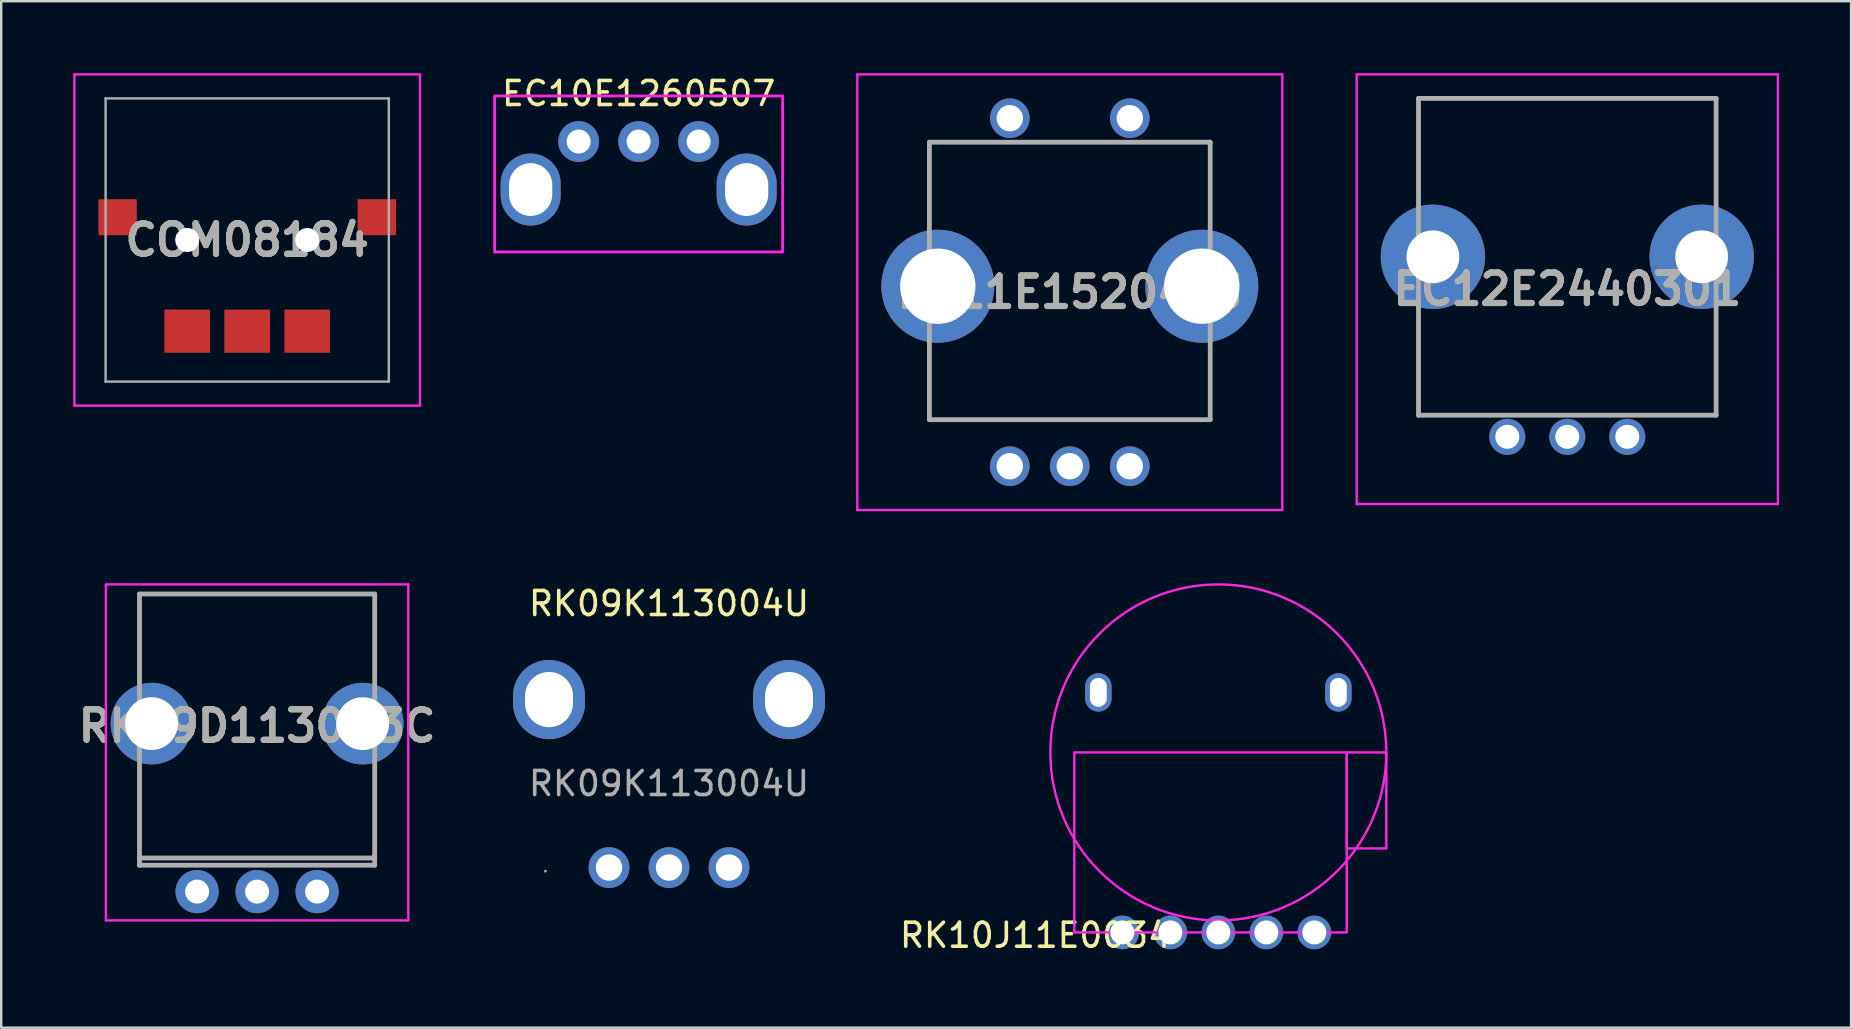
<source format=kicad_pcb>
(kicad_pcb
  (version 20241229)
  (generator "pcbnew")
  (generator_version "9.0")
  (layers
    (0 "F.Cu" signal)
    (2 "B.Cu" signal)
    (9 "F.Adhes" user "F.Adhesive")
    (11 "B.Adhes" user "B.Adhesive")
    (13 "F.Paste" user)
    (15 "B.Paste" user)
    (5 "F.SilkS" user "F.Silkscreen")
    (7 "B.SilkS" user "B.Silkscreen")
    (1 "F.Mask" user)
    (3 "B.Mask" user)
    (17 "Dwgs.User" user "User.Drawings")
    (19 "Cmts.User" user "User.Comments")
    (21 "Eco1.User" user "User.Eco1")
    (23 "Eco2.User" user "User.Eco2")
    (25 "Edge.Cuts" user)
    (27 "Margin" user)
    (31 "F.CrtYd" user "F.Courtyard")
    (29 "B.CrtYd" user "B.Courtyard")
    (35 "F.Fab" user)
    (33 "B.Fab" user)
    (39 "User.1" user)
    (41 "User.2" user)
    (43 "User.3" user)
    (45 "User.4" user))
  (footprint "RK10J11E0034"
    (layer "F.Cu")
    (at 47.713 28.3)
    (property "Reference" "RK10J11E0034" (at -7.62 7.62 0) (unlocked yes) (layer "F.SilkS") (effects (font (size 1 1) (thickness 0.15))))
    (attr through_hole)
    (fp_rect (start -6 0) (end 5.35 7.5) (stroke (width 0.1) (type default)) (fill no) (layer "F.CrtYd"))
    (fp_rect (start 5.35 0) (end 7 4) (stroke (width 0.1) (type default)) (fill no) (layer "F.CrtYd"))
    (fp_circle (center 0 0) (end 7 0) (stroke (width 0.1) (type default)) (fill no) (layer "F.CrtYd"))
    (pad "" thru_hole oval (at -5 -2.5) (size 1.1 1.6) (drill oval 0.7 1.2) (layers "*.Cu" "*.Mask"))
    (pad "" thru_hole circle (at -2 7.5) (size 1.4 1.4) (drill 1) (layers "*.Cu" "*.Mask"))
    (pad "" thru_hole circle (at 2 7.5) (size 1.4 1.4) (drill 1) (layers "*.Cu" "*.Mask"))
    (pad "" thru_hole oval (at 5 -2.5) (size 1.1 1.6) (drill oval 0.7 1.2) (layers "*.Cu" "*.Mask"))
    (pad "1" thru_hole circle (at -4 7.5) (size 1.4 1.4) (drill 1) (layers "*.Cu" "*.Mask"))
    (pad "2" thru_hole circle (at 0 7.5) (size 1.4 1.4) (drill 1) (layers "*.Cu" "*.Mask"))
    (pad "3" thru_hole circle (at 4 7.5) (size 1.4 1.4) (drill 1) (layers "*.Cu" "*.Mask")))
  (footprint "RK09K113004U"
    (layer "F.Cu")
    (at 24.825 29.598)
    (property "Reference" "RK09K113004U" (at 0 -7.5 0) (layer "F.SilkS") (effects (font (size 1 1) (thickness 0.15))))
    (attr through_hole)
    (fp_circle (center -5.15 3.65) (end -5.12 3.65) (stroke (width 0.06) (type solid)) (fill no) (layer "F.Fab"))
    (fp_text user "${REFERENCE}" (at 0 0 0) (layer "F.Fab") (effects (font (size 1 1) (thickness 0.15))))
    (pad "1" thru_hole circle (at -2.5 3.5) (size 1.7 1.7) (drill 1.1) (layers "*.Cu" "*.Mask"))
    (pad "2" thru_hole circle (at 0 3.5) (size 1.7 1.7) (drill 1.1) (layers "*.Cu" "*.Mask"))
    (pad "3" thru_hole circle (at 2.5 3.5) (size 1.7 1.7) (drill 1.1) (layers "*.Cu" "*.Mask"))
    (pad "4" thru_hole oval (at 5 -3.5) (size 3 3.3) (drill oval 2 2.3) (layers "*.Cu" "*.Mask"))
    (pad "5" thru_hole oval (at -5 -3.5) (size 3 3.3) (drill oval 2 2.3) (layers "*.Cu" "*.Mask")))
  (footprint "EC12E2440301"
    (layer "F.Cu")
    (at 59.753 15.15)
    (property "Reference" "EC12E2440301" (at 2.5 -6.15 0) (layer "F.SilkS") (effects (font (size 1.27 1.27) (thickness 0.254))))
    (attr through_hole)
    (fp_line (start 8.7 -4.75) (end 8.7 -4.75) (stroke (width 0.1) (type solid)) (layer "F.SilkS"))
    (fp_line (start -6.275 -15.1) (end 11.275 -15.1) (stroke (width 0.1) (type solid)) (layer "F.CrtYd"))
    (fp_line (start -6.275 2.8) (end -6.275 -15.1) (stroke (width 0.1) (type solid)) (layer "F.CrtYd"))
    (fp_line (start 11.275 -15.1) (end 11.275 2.8) (stroke (width 0.1) (type solid)) (layer "F.CrtYd"))
    (fp_line (start 11.275 2.8) (end -6.275 2.8) (stroke (width 0.1) (type solid)) (layer "F.CrtYd"))
    (fp_line (start -3.7 -14.1) (end -3.7 -0.9) (stroke (width 0.2) (type solid)) (layer "F.Fab"))
    (fp_line (start -3.7 -0.9) (end 8.7 -0.9) (stroke (width 0.2) (type solid)) (layer "F.Fab"))
    (fp_line (start 8.7 -14.1) (end -3.7 -14.1) (stroke (width 0.2) (type solid)) (layer "F.Fab"))
    (fp_line (start 8.7 -0.9) (end 8.7 -14.1) (stroke (width 0.2) (type solid)) (layer "F.Fab"))
    (fp_text user "${REFERENCE}" (at 2.5 -6.15 0) (layer "F.Fab") (effects (font (size 1.27 1.27) (thickness 0.254))))
    (pad "A1" thru_hole circle (at 0 0) (size 1.5 1.5) (drill 1) (layers "*.Cu" "*.Mask"))
    (pad "B1" thru_hole circle (at 5 0) (size 1.5 1.5) (drill 1) (layers "*.Cu" "*.Mask"))
    (pad "C1" thru_hole circle (at 2.5 0) (size 1.5 1.5) (drill 1) (layers "*.Cu" "*.Mask"))
    (pad "MH1" thru_hole circle (at -3.1 -7.5) (size 4.35 4.35) (drill 2.2) (layers "*.Cu" "*.Mask"))
    (pad "MH2" thru_hole circle (at 8.1 -7.5) (size 4.35 4.35) (drill 2.2) (layers "*.Cu" "*.Mask")))
  (footprint "RK09D1130C3C"
    (layer "F.Cu")
    (at 5.162 34.1)
    (property "Reference" "RK09D1130C3C" (at 2.5 -6.9 0) (layer "F.SilkS") (effects (font (size 1.27 1.27) (thickness 0.254))))
    (attr through_hole)
    (fp_line (start -3.8 -12.8) (end 8.8 -12.8) (stroke (width 0.1) (type solid)) (layer "F.CrtYd"))
    (fp_line (start -3.8 1.2) (end -3.8 -12.8) (stroke (width 0.1) (type solid)) (layer "F.CrtYd"))
    (fp_line (start 8.8 -12.8) (end 8.8 1.2) (stroke (width 0.1) (type solid)) (layer "F.CrtYd"))
    (fp_line (start 8.8 1.2) (end -3.8 1.2) (stroke (width 0.1) (type solid)) (layer "F.CrtYd"))
    (fp_line (start -2.4 -12.4) (end 7.4 -12.4) (stroke (width 0.2) (type solid)) (layer "F.Fab"))
    (fp_line (start -2.4 -1.4) (end -2.4 -12.4) (stroke (width 0.2) (type solid)) (layer "F.Fab"))
    (fp_line (start -2.4 -1.4) (end -2.4 -1.1) (stroke (width 0.2) (type solid)) (layer "F.Fab"))
    (fp_line (start -2.4 -1.1) (end 7.4 -1.1) (stroke (width 0.2) (type solid)) (layer "F.Fab"))
    (fp_line (start 7.4 -12.4) (end 7.4 -1.4) (stroke (width 0.2) (type solid)) (layer "F.Fab"))
    (fp_line (start 7.4 -1.4) (end -2.4 -1.4) (stroke (width 0.2) (type solid)) (layer "F.Fab"))
    (fp_line (start 7.4 -1.1) (end 7.4 -1.5) (stroke (width 0.2) (type solid)) (layer "F.Fab"))
    (fp_text user "${REFERENCE}" (at 2.5 -6.9 0) (layer "F.Fab") (effects (font (size 1.27 1.27) (thickness 0.254))))
    (pad "1" thru_hole circle (at 0 0) (size 1.8 1.8) (drill 1) (layers "*.Cu" "*.Mask"))
    (pad "2" thru_hole circle (at 2.5 0) (size 1.8 1.8) (drill 1) (layers "*.Cu" "*.Mask"))
    (pad "3" thru_hole circle (at 5 0) (size 1.8 1.8) (drill 1) (layers "*.Cu" "*.Mask"))
    (pad "4" thru_hole circle (at -1.9 -7) (size 3.4 3.4) (drill 2.2) (layers "*.Cu" "*.Mask"))
    (pad "5" thru_hole circle (at 6.9 -7) (size 3.4 3.4) (drill 2.2) (layers "*.Cu" "*.Mask")))
  (footprint "COM08184"
    (layer "F.Cu")
    (at 7.25 6.95)
    (property "Reference" "COM08184" (at 0 0 0) (layer "F.SilkS") (effects (font (size 1.27 1.27) (thickness 0.254))))
    (attr through_hole)
    (fp_line (start -7.2 -6.9) (end 7.2 -6.9) (stroke (width 0.1) (type solid)) (layer "F.CrtYd"))
    (fp_line (start -7.2 6.9) (end -7.2 -6.9) (stroke (width 0.1) (type solid)) (layer "F.CrtYd"))
    (fp_line (start 7.2 -6.9) (end 7.2 6.9) (stroke (width 0.1) (type solid)) (layer "F.CrtYd"))
    (fp_line (start 7.2 6.9) (end -7.2 6.9) (stroke (width 0.1) (type solid)) (layer "F.CrtYd"))
    (fp_line (start -5.9 -5.9) (end -5.9 5.9) (stroke (width 0.1) (type solid)) (layer "F.Fab"))
    (fp_line (start -5.9 5.9) (end 5.9 5.9) (stroke (width 0.1) (type solid)) (layer "F.Fab"))
    (fp_line (start 5.9 -5.9) (end -5.9 -5.9) (stroke (width 0.1) (type solid)) (layer "F.Fab"))
    (fp_line (start 5.9 5.9) (end 5.9 -5.9) (stroke (width 0.1) (type solid)) (layer "F.Fab"))
    (fp_text user "${REFERENCE}" (at 0 0 0) (layer "F.Fab") (effects (font (size 1.27 1.27) (thickness 0.254))))
    (pad "" np_thru_hole circle (at -2.5 0) (size 1 1) (drill 1) (layers "*.Cu" "*.Mask"))
    (pad "" np_thru_hole circle (at 2.5 0) (size 1 1) (drill 1) (layers "*.Cu" "*.Mask"))
    (pad "1" smd rect (at -2.5 3.8 90) (size 1.8 1.9) (layers "F.Cu" "F.Mask" "F.Paste"))
    (pad "2" smd rect (at 2.5 3.8 90) (size 1.8 1.9) (layers "F.Cu" "F.Mask" "F.Paste"))
    (pad "MP1" smd rect (at -5.4 -0.95 90) (size 1.5 1.6) (layers "F.Cu" "F.Mask" "F.Paste"))
    (pad "MP2" smd rect (at 5.4 -0.95 90) (size 1.5 1.6) (layers "F.Cu" "F.Mask" "F.Paste"))
    (pad "T1" smd rect (at 0 3.8 90) (size 1.8 1.9) (layers "F.Cu" "F.Mask" "F.Paste")))
  (footprint "EC10E1260507"
    (layer "F.Cu")
    (at 23.56 4.848)
    (property "Reference" "EC10E1260507" (at 0 -4 0) (unlocked yes) (layer "F.SilkS") (effects (font (size 1 1) (thickness 0.15))))
    (attr through_hole)
    (fp_rect (start 6 2.6) (end -6 -3.9) (stroke (width 0.12) (type solid)) (fill no) (layer "F.CrtYd"))
    (pad "A" thru_hole circle (at 2.5 -2) (size 1.7 1.7) (drill 1) (layers "*.Cu" "*.Mask"))
    (pad "B" thru_hole circle (at 0 -2) (size 1.7 1.7) (drill 1) (layers "*.Cu" "*.Mask"))
    (pad "C" thru_hole circle (at -2.5 -2) (size 1.7 1.7) (drill 1) (layers "*.Cu" "*.Mask"))
    (pad "MP" thru_hole oval (at -4.5 0) (size 2.5 3) (drill oval 1.8 2.2) (layers "*.Cu" "*.Mask"))
    (pad "MP" thru_hole oval (at 4.5 0) (size 2.5 3) (drill oval 1.8 2.2) (layers "*.Cu" "*.Mask"))
    (zone (net_name "") (layers "F.Cu" "Cmts.User") (name "feet") (hatch edge 0.508) (connect_pads) (min_thickness 0.254) (filled_areas_thickness no) (keepout (tracks allowed) (vias allowed) (pads not_allowed) (copperpour allowed) (footprints not_allowed)) (placement (enabled no)) (fill) (polygon (pts (xy 18.56 6.348) (xy 19.56 6.348) (xy 19.56 7.248) (xy 18.56 7.248))))
    (zone (net_name "") (layers "F.Cu" "Cmts.User") (name "feet") (hatch edge 0.508) (connect_pads) (min_thickness 0.254) (filled_areas_thickness no) (keepout (tracks allowed) (vias allowed) (pads not_allowed) (copperpour allowed) (footprints not_allowed)) (placement (enabled no)) (fill) (polygon (pts (xy 19.56 3.348) (xy 18.56 3.348) (xy 18.56 1.148) (xy 19.56 1.148))))
    (zone (net_name "") (layers "F.Cu" "Cmts.User") (name "feet") (hatch edge 0.508) (connect_pads) (min_thickness 0.254) (filled_areas_thickness no) (keepout (tracks allowed) (vias allowed) (pads not_allowed) (copperpour allowed) (footprints not_allowed)) (placement (enabled no)) (fill) (polygon (pts (xy 27.56 6.348) (xy 28.56 6.348) (xy 28.56 7.248) (xy 27.56 7.248))))
    (zone (net_name "") (layers "F.Cu" "Cmts.User") (name "feet") (hatch edge 0.508) (connect_pads) (min_thickness 0.254) (filled_areas_thickness no) (keepout (tracks allowed) (vias allowed) (pads not_allowed) (copperpour allowed) (footprints not_allowed)) (placement (enabled no)) (fill) (polygon (pts (xy 28.56 3.348) (xy 27.56 3.348) (xy 27.56 1.148) (xy 28.56 1.148)))))
  (footprint "EC11E15204A3"
    (layer "F.Cu")
    (at 39.024 16.375)
    (property "Reference" "EC11E15204A3" (at 2.5 -7.25 0) (layer "F.SilkS") (effects (font (size 1.27 1.27) (thickness 0.254))))
    (attr through_hole)
    (fp_line (start -6.354 -16.325) (end 11.354 -16.325) (stroke (width 0.1) (type solid)) (layer "F.CrtYd"))
    (fp_line (start -6.354 1.825) (end -6.354 -16.325) (stroke (width 0.1) (type solid)) (layer "F.CrtYd"))
    (fp_line (start 11.354 -16.325) (end 11.354 1.825) (stroke (width 0.1) (type solid)) (layer "F.CrtYd"))
    (fp_line (start 11.354 1.825) (end -6.354 1.825) (stroke (width 0.1) (type solid)) (layer "F.CrtYd"))
    (fp_line (start -3.35 -13.5) (end 8.35 -13.5) (stroke (width 0.2) (type solid)) (layer "F.Fab"))
    (fp_line (start -3.35 -1.94) (end -3.35 -13.5) (stroke (width 0.2) (type solid)) (layer "F.Fab"))
    (fp_line (start 8.35 -13.5) (end 8.35 -1.94) (stroke (width 0.2) (type solid)) (layer "F.Fab"))
    (fp_line (start 8.35 -1.94) (end -3.35 -1.94) (stroke (width 0.2) (type solid)) (layer "F.Fab"))
    (fp_text user "${REFERENCE}" (at 2.5 -7.25 0) (layer "F.Fab") (effects (font (size 1.27 1.27) (thickness 0.254))))
    (pad "A1" thru_hole circle (at 0 0) (size 1.65 1.65) (drill 1.1) (layers "*.Cu" "*.Mask"))
    (pad "B1" thru_hole circle (at 5 0) (size 1.65 1.65) (drill 1.1) (layers "*.Cu" "*.Mask"))
    (pad "C1" thru_hole circle (at 2.5 0) (size 1.65 1.65) (drill 1.1) (layers "*.Cu" "*.Mask"))
    (pad "D1" thru_hole circle (at 0 -14.5) (size 1.65 1.65) (drill 1.1) (layers "*.Cu" "*.Mask"))
    (pad "D2" thru_hole circle (at 5 -14.5) (size 1.65 1.65) (drill 1.1) (layers "*.Cu" "*.Mask"))
    (pad "MH1" thru_hole circle (at -3 -7.5) (size 4.708 4.708) (drill 3.139) (layers "*.Cu" "*.Mask"))
    (pad "MH2" thru_hole circle (at 8 -7.5) (size 4.708 4.708) (drill 3.139) (layers "*.Cu" "*.Mask")))
  (gr_rect
    (start -3 -3)
    (end 74.078 39.768)
    (stroke (width 0.1) (type default))
    (fill no)
    (layer "Edge.Cuts")))
</source>
